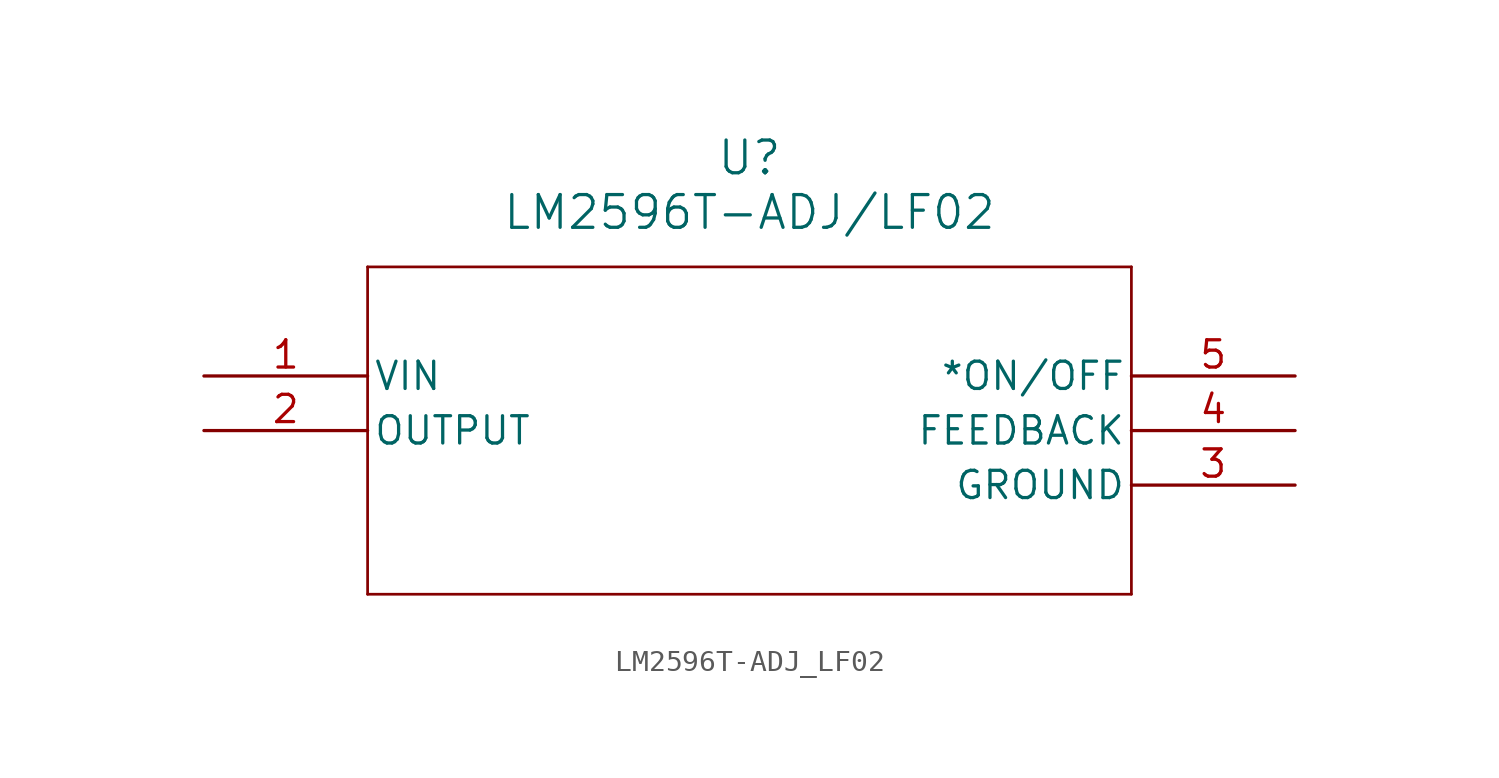
<source format=kicad_sym>
(kicad_symbol_lib
  (version 20211014)
  (generator kicad_symbol_editor)
  (symbol "LM2596T-ADJ_LF02"
    (pin_names
      (offset 0.254))
    (property "Reference" "U"
      (at 25.4 10.16 0)
      (effects (font (size 1.524 1.524))))
    (property "Value" "LM2596T-ADJ/LF02"
      (at 25.4 7.62 0)
      (effects (font (size 1.524 1.524))))
    (symbol "LM2596T-ADJ_LF02_0_1"
      (polyline (pts (xy 7.62 5.08) (xy 7.62 -10.16)) (stroke (width 0.127) (type default) (color 0 0 0 0)) (fill (type none)))
      (polyline (pts (xy 7.62 -10.16) (xy 43.18 -10.16)) (stroke (width 0.127) (type default) (color 0 0 0 0)) (fill (type none)))
      (polyline (pts (xy 43.18 -10.16) (xy 43.18 5.08)) (stroke (width 0.127) (type default) (color 0 0 0 0)) (fill (type none)))
      (polyline (pts (xy 43.18 5.08) (xy 7.62 5.08)) (stroke (width 0.127) (type default) (color 0 0 0 0)) (fill (type none)))
      (pin input line (at 0 0 0) (length 7.62) (name "VIN" (effects (font (size 1.27 1.27)))) (number "1" (effects (font (size 1.27 1.27)))))
      (pin output line (at 0 -2.54 0) (length 7.62) (name "OUTPUT" (effects (font (size 1.27 1.27)))) (number "2" (effects (font (size 1.27 1.27)))))
      (pin power_in line (at 50.8 -5.08 180) (length 7.62) (name "GROUND" (effects (font (size 1.27 1.27)))) (number "3" (effects (font (size 1.27 1.27)))))
      (pin input line (at 50.8 -2.54 180) (length 7.62) (name "FEEDBACK" (effects (font (size 1.27 1.27)))) (number "4" (effects (font (size 1.27 1.27)))))
      (pin input line (at 50.8 0 180) (length 7.62) (name "*ON/OFF" (effects (font (size 1.27 1.27)))) (number "5" (effects (font (size 1.27 1.27))))))))
</source>
